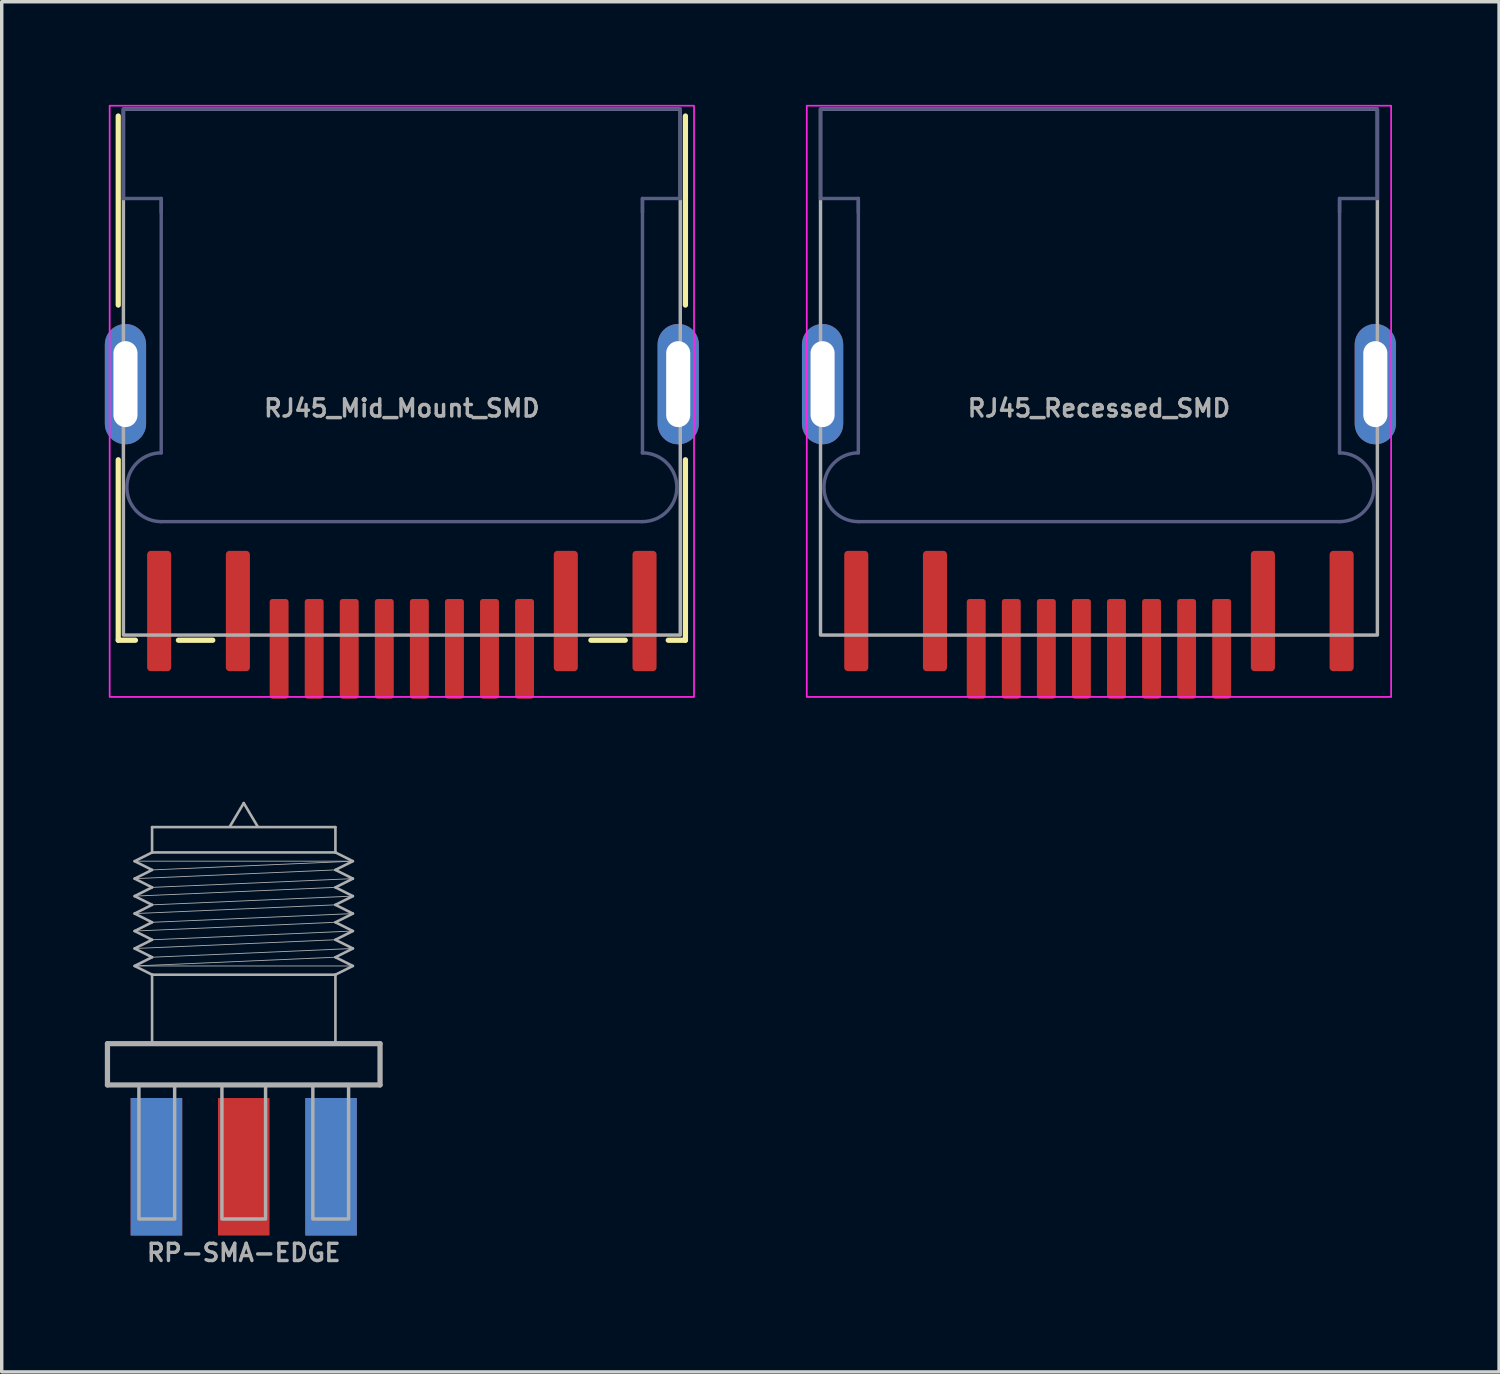
<source format=kicad_pcb>
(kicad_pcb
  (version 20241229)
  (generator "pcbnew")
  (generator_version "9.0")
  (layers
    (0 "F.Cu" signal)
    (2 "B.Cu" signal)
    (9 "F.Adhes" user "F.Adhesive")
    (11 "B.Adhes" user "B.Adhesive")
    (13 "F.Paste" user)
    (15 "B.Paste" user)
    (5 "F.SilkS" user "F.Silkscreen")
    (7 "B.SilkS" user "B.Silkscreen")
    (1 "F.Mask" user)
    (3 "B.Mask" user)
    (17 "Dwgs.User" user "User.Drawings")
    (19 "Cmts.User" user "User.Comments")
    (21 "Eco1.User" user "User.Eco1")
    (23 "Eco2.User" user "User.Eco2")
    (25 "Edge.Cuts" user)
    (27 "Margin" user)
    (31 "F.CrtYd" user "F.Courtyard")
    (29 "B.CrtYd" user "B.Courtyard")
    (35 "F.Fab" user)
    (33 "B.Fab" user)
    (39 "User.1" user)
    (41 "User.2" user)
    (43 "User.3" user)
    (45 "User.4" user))
  (footprint "RJ45_Mid_Mount_SMD"
    (layer "F.Cu")
    (at 8.64 15.825)
    (property "Reference" "RJ45_Mid_Mount_SMD" (at 0 -7 0) (unlocked yes) (layer "F.Fab") (effects (font (size 0.5 0.5) (thickness 0.1))))
    (attr smd)
    (fp_line (start -8.25 -15.5) (end -8.25 -10) (stroke (width 0.152) (type default)) (layer "F.SilkS"))
    (fp_line (start -8.25 -5.5) (end -8.25 -0.25) (stroke (width 0.152) (type default)) (layer "F.SilkS"))
    (fp_line (start -8.25 -0.25) (end -7.75 -0.25) (stroke (width 0.152) (type default)) (layer "F.SilkS"))
    (fp_line (start -6.5 -0.25) (end -5.5 -0.25) (stroke (width 0.152) (type default)) (layer "F.SilkS"))
    (fp_line (start 6.5 -0.25) (end 5.5 -0.25) (stroke (width 0.152) (type default)) (layer "F.SilkS"))
    (fp_line (start 8.25 -15.5) (end 8.25 -10) (stroke (width 0.152) (type default)) (layer "F.SilkS"))
    (fp_line (start 8.25 -5.5) (end 8.25 -0.25) (stroke (width 0.152) (type default)) (layer "F.SilkS"))
    (fp_line (start 8.25 -0.25) (end 7.75 -0.25) (stroke (width 0.152) (type default)) (layer "F.SilkS"))
    (fp_rect (start -8.5 -15.8) (end 8.5 1.4) (stroke (width 0.05) (type default)) (fill no) (layer "F.CrtYd"))
    (fp_line (start -8.1 -15.7) (end 8.1 -15.7) (stroke (width 0.1) (type default)) (layer "B.Fab"))
    (fp_line (start -8.1 -13.1) (end -8.1 -15.7) (stroke (width 0.1) (type default)) (layer "B.Fab"))
    (fp_line (start -7 -13.1) (end -8.1 -13.1) (stroke (width 0.1) (type default)) (layer "B.Fab"))
    (fp_line (start -7 -12.7) (end -7 -13.1) (stroke (width 0.1) (type default)) (layer "B.Fab"))
    (fp_line (start -7 -5.7) (end -7 -13.1) (stroke (width 0.1) (type default)) (layer "B.Fab"))
    (fp_line (start 7 -13.1) (end 7 -5.7) (stroke (width 0.1) (type default)) (layer "B.Fab"))
    (fp_line (start 7 -13.1) (end 8.1 -13.1) (stroke (width 0.1) (type default)) (layer "B.Fab"))
    (fp_line (start 7 -12.7) (end 7 -13.1) (stroke (width 0.1) (type default)) (layer "B.Fab"))
    (fp_line (start 7 -5.7) (end 7 -5.7) (stroke (width 0.1) (type default)) (layer "B.Fab"))
    (fp_line (start 7 -3.7) (end -7 -3.7) (stroke (width 0.1) (type default)) (layer "B.Fab"))
    (fp_line (start 8.1 -15.7) (end 8.1 -13.1) (stroke (width 0.1) (type default)) (layer "B.Fab"))
    (fp_arc (start -7 -3.7) (mid -8 -4.7) (end -7 -5.7) (stroke (width 0.1) (type solid)) (layer "B.Fab"))
    (fp_arc (start 7 -5.7) (mid 8 -4.7) (end 7 -3.7) (stroke (width 0.1) (type solid)) (layer "B.Fab"))
    (fp_rect (start -8.1 -15.7) (end 8.1 -0.4) (stroke (width 0.1) (type solid)) (fill no) (layer "F.Fab"))
    (pad "1" smd roundrect (at -3.57 0) (size 0.55 2.9) (layers "F.Cu" "F.Mask" "F.Paste") (roundrect_rratio 0.15))
    (pad "2" smd roundrect (at -2.55 0) (size 0.55 2.9) (layers "F.Cu" "F.Mask" "F.Paste") (roundrect_rratio 0.15))
    (pad "3" smd roundrect (at -1.53 0) (size 0.55 2.9) (layers "F.Cu" "F.Mask" "F.Paste") (roundrect_rratio 0.15))
    (pad "4" smd roundrect (at -0.51 0) (size 0.55 2.9) (layers "F.Cu" "F.Mask" "F.Paste") (roundrect_rratio 0.15))
    (pad "5" smd roundrect (at 0.51 0) (size 0.55 2.9) (layers "F.Cu" "F.Mask" "F.Paste") (roundrect_rratio 0.15))
    (pad "6" smd roundrect (at 1.53 0) (size 0.55 2.9) (layers "F.Cu" "F.Mask" "F.Paste") (roundrect_rratio 0.15))
    (pad "7" smd roundrect (at 2.55 0) (size 0.55 2.9) (layers "F.Cu" "F.Mask" "F.Paste") (roundrect_rratio 0.15))
    (pad "8" smd roundrect (at 3.57 0) (size 0.55 2.9) (layers "F.Cu" "F.Mask" "F.Paste") (roundrect_rratio 0.15))
    (pad "9" smd roundrect (at -7.06 -1.1) (size 0.7 3.5) (layers "F.Cu" "F.Mask" "F.Paste") (roundrect_rratio 0.15))
    (pad "10" smd roundrect (at -4.77 -1.1) (size 0.7 3.5) (layers "F.Cu" "F.Mask" "F.Paste") (roundrect_rratio 0.15))
    (pad "11" smd roundrect (at 4.77 -1.1) (size 0.7 3.5) (layers "F.Cu" "F.Mask" "F.Paste") (roundrect_rratio 0.15))
    (pad "12" smd roundrect (at 7.06 -1.1) (size 0.7 3.5) (layers "F.Cu" "F.Mask" "F.Paste") (roundrect_rratio 0.15))
    (pad "SH" thru_hole oval (at -8.04 -7.7) (size 1.2 3.5) (drill oval 0.7 2.5) (layers "*.Cu" "*.Mask" "F.Paste"))
    (pad "SH" thru_hole oval (at 8.04 -7.7) (size 1.2 3.5) (drill oval 0.7 2.5) (layers "*.Cu" "*.Mask" "F.Paste")))
  (footprint "RP-SMA-EDGE"
    (layer "F.Cu")
    (at 4.041 30.893)
    (property "Reference" "RP-SMA-EDGE" (at 0 2.5 0) (layer "F.Fab") (effects (font (size 0.5 0.5) (thickness 0.1) (bold yes))))
    (fp_line (start -3.965 -3.581) (end 3.965 -3.581) (stroke (width 0.152) (type solid)) (layer "F.Fab"))
    (fp_line (start -3.965 -2.381) (end -3.965 -3.581) (stroke (width 0.152) (type solid)) (layer "F.Fab"))
    (fp_line (start -3.175 -8.89) (end -2.667 -9.144) (stroke (width 0.076) (type solid)) (layer "F.Fab"))
    (fp_line (start -3.175 -8.382) (end -2.667 -8.636) (stroke (width 0.076) (type solid)) (layer "F.Fab"))
    (fp_line (start -3.175 -8.382) (end 2.667 -8.636) (stroke (width 0.025) (type solid)) (layer "F.Fab"))
    (fp_line (start -3.175 -7.874) (end -2.667 -8.128) (stroke (width 0.076) (type solid)) (layer "F.Fab"))
    (fp_line (start -3.175 -7.874) (end -2.667 -7.62) (stroke (width 0.076) (type solid)) (layer "F.Fab"))
    (fp_line (start -3.175 -7.874) (end 2.667 -8.128) (stroke (width 0.025) (type solid)) (layer "F.Fab"))
    (fp_line (start -3.175 -7.366) (end -2.667 -7.62) (stroke (width 0.076) (type solid)) (layer "F.Fab"))
    (fp_line (start -3.175 -7.366) (end 2.667 -7.62) (stroke (width 0.025) (type solid)) (layer "F.Fab"))
    (fp_line (start -3.175 -6.858) (end -2.667 -7.112) (stroke (width 0.076) (type solid)) (layer "F.Fab"))
    (fp_line (start -3.175 -6.858) (end 2.667 -7.112) (stroke (width 0.025) (type solid)) (layer "F.Fab"))
    (fp_line (start -3.175 -6.35) (end -2.667 -6.604) (stroke (width 0.076) (type solid)) (layer "F.Fab"))
    (fp_line (start -3.175 -6.35) (end 2.667 -6.604) (stroke (width 0.025) (type solid)) (layer "F.Fab"))
    (fp_line (start -3.175 -5.842) (end -2.667 -6.096) (stroke (width 0.076) (type solid)) (layer "F.Fab"))
    (fp_line (start -3.175 -5.842) (end 2.667 -6.096) (stroke (width 0.025) (type solid)) (layer "F.Fab"))
    (fp_line (start -3.175 -5.842) (end 3.175 -5.842) (stroke (width 0.025) (type solid)) (layer "F.Fab"))
    (fp_line (start -2.667 -9.881) (end 2.667 -9.881) (stroke (width 0.076) (type solid)) (layer "F.Fab"))
    (fp_line (start -2.667 -9.144) (end -2.667 -9.881) (stroke (width 0.076) (type solid)) (layer "F.Fab"))
    (fp_line (start -2.667 -9.144) (end 2.667 -9.144) (stroke (width 0.076) (type solid)) (layer "F.Fab"))
    (fp_line (start -2.667 -8.636) (end -3.175 -8.89) (stroke (width 0.076) (type solid)) (layer "F.Fab"))
    (fp_line (start -2.667 -8.636) (end 3.175 -8.89) (stroke (width 0.025) (type solid)) (layer "F.Fab"))
    (fp_line (start -2.667 -8.128) (end -3.175 -8.382) (stroke (width 0.076) (type solid)) (layer "F.Fab"))
    (fp_line (start -2.667 -8.128) (end 3.175 -8.382) (stroke (width 0.025) (type solid)) (layer "F.Fab"))
    (fp_line (start -2.667 -7.62) (end 3.175 -7.874) (stroke (width 0.025) (type solid)) (layer "F.Fab"))
    (fp_line (start -2.667 -7.112) (end -3.175 -7.366) (stroke (width 0.076) (type solid)) (layer "F.Fab"))
    (fp_line (start -2.667 -7.112) (end 3.175 -7.366) (stroke (width 0.025) (type solid)) (layer "F.Fab"))
    (fp_line (start -2.667 -6.604) (end -3.175 -6.858) (stroke (width 0.076) (type solid)) (layer "F.Fab"))
    (fp_line (start -2.667 -6.604) (end 3.175 -6.858) (stroke (width 0.025) (type solid)) (layer "F.Fab"))
    (fp_line (start -2.667 -6.096) (end -3.175 -6.35) (stroke (width 0.076) (type solid)) (layer "F.Fab"))
    (fp_line (start -2.667 -6.096) (end 3.175 -6.35) (stroke (width 0.025) (type solid)) (layer "F.Fab"))
    (fp_line (start -2.667 -5.588) (end -3.175 -5.842) (stroke (width 0.076) (type solid)) (layer "F.Fab"))
    (fp_line (start -2.667 -5.588) (end 2.667 -5.588) (stroke (width 0.076) (type solid)) (layer "F.Fab"))
    (fp_line (start -2.667 -3.581) (end -2.667 -5.588) (stroke (width 0.076) (type solid)) (layer "F.Fab"))
    (fp_line (start -0.4 -9.906) (end 0 -10.58) (stroke (width 0.076) (type solid)) (layer "F.Fab"))
    (fp_line (start 0 -10.58) (end 0.4 -9.906) (stroke (width 0.076) (type solid)) (layer "F.Fab"))
    (fp_line (start 2.667 -9.881) (end 2.667 -9.144) (stroke (width 0.076) (type solid)) (layer "F.Fab"))
    (fp_line (start 2.667 -9.144) (end 3.175 -8.89) (stroke (width 0.076) (type solid)) (layer "F.Fab"))
    (fp_line (start 2.667 -8.636) (end 3.175 -8.382) (stroke (width 0.076) (type solid)) (layer "F.Fab"))
    (fp_line (start 2.667 -8.128) (end 3.175 -7.874) (stroke (width 0.076) (type solid)) (layer "F.Fab"))
    (fp_line (start 2.667 -7.62) (end 3.175 -7.366) (stroke (width 0.076) (type solid)) (layer "F.Fab"))
    (fp_line (start 2.667 -7.112) (end 3.175 -6.858) (stroke (width 0.076) (type solid)) (layer "F.Fab"))
    (fp_line (start 2.667 -6.604) (end 3.175 -6.35) (stroke (width 0.076) (type solid)) (layer "F.Fab"))
    (fp_line (start 2.667 -6.096) (end 3.175 -5.842) (stroke (width 0.076) (type solid)) (layer "F.Fab"))
    (fp_line (start 2.667 -5.588) (end 2.667 -3.556) (stroke (width 0.076) (type solid)) (layer "F.Fab"))
    (fp_line (start 3.175 -8.89) (end -3.175 -8.89) (stroke (width 0.025) (type solid)) (layer "F.Fab"))
    (fp_line (start 3.175 -8.89) (end 2.667 -8.636) (stroke (width 0.076) (type solid)) (layer "F.Fab"))
    (fp_line (start 3.175 -8.382) (end 2.667 -8.128) (stroke (width 0.076) (type solid)) (layer "F.Fab"))
    (fp_line (start 3.175 -7.874) (end 2.667 -7.62) (stroke (width 0.076) (type solid)) (layer "F.Fab"))
    (fp_line (start 3.175 -7.366) (end 2.667 -7.112) (stroke (width 0.076) (type solid)) (layer "F.Fab"))
    (fp_line (start 3.175 -6.858) (end 2.667 -6.604) (stroke (width 0.076) (type solid)) (layer "F.Fab"))
    (fp_line (start 3.175 -6.35) (end 2.667 -6.096) (stroke (width 0.076) (type solid)) (layer "F.Fab"))
    (fp_line (start 3.175 -5.842) (end 2.667 -5.588) (stroke (width 0.076) (type solid)) (layer "F.Fab"))
    (fp_line (start 3.965 -3.581) (end 3.965 -2.381) (stroke (width 0.152) (type solid)) (layer "F.Fab"))
    (fp_line (start 3.965 -2.381) (end -3.965 -2.381) (stroke (width 0.152) (type solid)) (layer "F.Fab"))
    (fp_poly (pts (xy -3.05 1.519) (xy -2.01 1.519) (xy -2.01 -2.381) (xy -3.05 -2.381)) (stroke (width 0.1) (type default)) (fill no) (layer "F.Fab"))
    (fp_poly (pts (xy -0.635 1.519) (xy 0.635 1.519) (xy 0.635 -2.381) (xy -0.635 -2.381)) (stroke (width 0.1) (type default)) (fill no) (layer "F.Fab"))
    (fp_poly (pts (xy 2.01 1.519) (xy 3.05 1.519) (xy 3.05 -2.381) (xy 2.01 -2.381)) (stroke (width 0.1) (type default)) (fill no) (layer "F.Fab"))
    (pad "1" smd rect (at -2.54 0) (size 1.5 4) (layers "F.Cu" "F.Mask"))
    (pad "2" smd rect (at -2.54 0) (size 1.5 4) (layers "B.Cu" "B.Mask"))
    (pad "3" smd rect (at 2.54 0) (size 1.5 4) (layers "F.Cu" "F.Mask"))
    (pad "4" smd rect (at 2.54 0) (size 1.5 4) (layers "B.Cu" "B.Mask"))
    (pad "SIG" smd rect (at 0 0) (size 1.5 4) (layers "F.Cu" "F.Mask")))
  (footprint "RJ45_Recessed_SMD"
    (layer "F.Cu")
    (at 28.92 15.825)
    (property "Reference" "RJ45_Recessed_SMD" (at 0 -7 0) (unlocked yes) (layer "F.Fab") (effects (font (size 0.5 0.5) (thickness 0.1))))
    (attr smd)
    (fp_rect (start -8.5 -15.8) (end 8.5 1.4) (stroke (width 0.05) (type default)) (fill no) (layer "F.CrtYd"))
    (fp_line (start -8.1 -15.7) (end 8.1 -15.7) (stroke (width 0.1) (type default)) (layer "B.Fab"))
    (fp_line (start -8.1 -13.1) (end -8.1 -15.7) (stroke (width 0.1) (type default)) (layer "B.Fab"))
    (fp_line (start -7 -13.1) (end -8.1 -13.1) (stroke (width 0.1) (type default)) (layer "B.Fab"))
    (fp_line (start -7 -12.7) (end -7 -13.1) (stroke (width 0.1) (type default)) (layer "B.Fab"))
    (fp_line (start -7 -5.7) (end -7 -13.1) (stroke (width 0.1) (type default)) (layer "B.Fab"))
    (fp_line (start 7 -13.1) (end 7 -5.7) (stroke (width 0.1) (type default)) (layer "B.Fab"))
    (fp_line (start 7 -13.1) (end 8.1 -13.1) (stroke (width 0.1) (type default)) (layer "B.Fab"))
    (fp_line (start 7 -12.7) (end 7 -13.1) (stroke (width 0.1) (type default)) (layer "B.Fab"))
    (fp_line (start 7 -5.7) (end 7 -5.7) (stroke (width 0.1) (type default)) (layer "B.Fab"))
    (fp_line (start 7 -3.7) (end -7 -3.7) (stroke (width 0.1) (type default)) (layer "B.Fab"))
    (fp_line (start 8.1 -15.7) (end 8.1 -13.1) (stroke (width 0.1) (type default)) (layer "B.Fab"))
    (fp_arc (start -7 -3.7) (mid -8 -4.7) (end -7 -5.7) (stroke (width 0.1) (type solid)) (layer "B.Fab"))
    (fp_arc (start 7 -5.7) (mid 8 -4.7) (end 7 -3.7) (stroke (width 0.1) (type solid)) (layer "B.Fab"))
    (fp_rect (start -8.1 -15.7) (end 8.1 -0.4) (stroke (width 0.1) (type solid)) (fill no) (layer "F.Fab"))
    (pad "1" smd roundrect (at -3.57 0) (size 0.55 2.9) (layers "F.Cu" "F.Mask" "F.Paste") (roundrect_rratio 0.15))
    (pad "2" smd roundrect (at -2.55 0) (size 0.55 2.9) (layers "F.Cu" "F.Mask" "F.Paste") (roundrect_rratio 0.15))
    (pad "3" smd roundrect (at -1.53 0) (size 0.55 2.9) (layers "F.Cu" "F.Mask" "F.Paste") (roundrect_rratio 0.15))
    (pad "4" smd roundrect (at -0.51 0) (size 0.55 2.9) (layers "F.Cu" "F.Mask" "F.Paste") (roundrect_rratio 0.15))
    (pad "5" smd roundrect (at 0.51 0) (size 0.55 2.9) (layers "F.Cu" "F.Mask" "F.Paste") (roundrect_rratio 0.15))
    (pad "6" smd roundrect (at 1.53 0) (size 0.55 2.9) (layers "F.Cu" "F.Mask" "F.Paste") (roundrect_rratio 0.15))
    (pad "7" smd roundrect (at 2.55 0) (size 0.55 2.9) (layers "F.Cu" "F.Mask" "F.Paste") (roundrect_rratio 0.15))
    (pad "8" smd roundrect (at 3.57 0) (size 0.55 2.9) (layers "F.Cu" "F.Mask" "F.Paste") (roundrect_rratio 0.15))
    (pad "9" smd roundrect (at -7.06 -1.1) (size 0.7 3.5) (layers "F.Cu" "F.Mask" "F.Paste") (roundrect_rratio 0.15))
    (pad "10" smd roundrect (at -4.77 -1.1) (size 0.7 3.5) (layers "F.Cu" "F.Mask" "F.Paste") (roundrect_rratio 0.15))
    (pad "11" smd roundrect (at 4.77 -1.1) (size 0.7 3.5) (layers "F.Cu" "F.Mask" "F.Paste") (roundrect_rratio 0.15))
    (pad "12" smd roundrect (at 7.06 -1.1) (size 0.7 3.5) (layers "F.Cu" "F.Mask" "F.Paste") (roundrect_rratio 0.15))
    (pad "SH" thru_hole oval (at -8.04 -7.7) (size 1.2 3.5) (drill oval 0.7 2.5) (layers "*.Cu" "*.Mask" "F.Paste"))
    (pad "SH" thru_hole oval (at 8.04 -7.7) (size 1.2 3.5) (drill oval 0.7 2.5) (layers "*.Cu" "*.Mask" "F.Paste")))
  (gr_rect
    (start -3 -3)
    (end 40.56 36.861)
    (stroke (width 0.1) (type default))
    (fill no)
    (layer "Edge.Cuts")))
</source>
